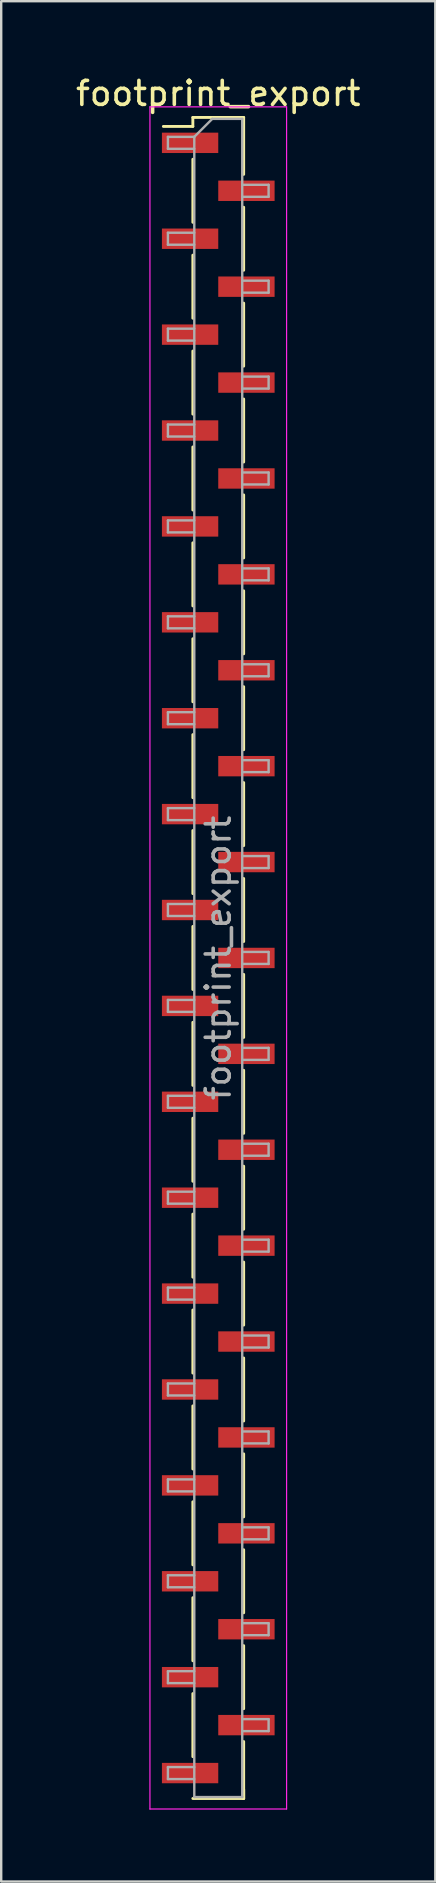
<source format=kicad_pcb>
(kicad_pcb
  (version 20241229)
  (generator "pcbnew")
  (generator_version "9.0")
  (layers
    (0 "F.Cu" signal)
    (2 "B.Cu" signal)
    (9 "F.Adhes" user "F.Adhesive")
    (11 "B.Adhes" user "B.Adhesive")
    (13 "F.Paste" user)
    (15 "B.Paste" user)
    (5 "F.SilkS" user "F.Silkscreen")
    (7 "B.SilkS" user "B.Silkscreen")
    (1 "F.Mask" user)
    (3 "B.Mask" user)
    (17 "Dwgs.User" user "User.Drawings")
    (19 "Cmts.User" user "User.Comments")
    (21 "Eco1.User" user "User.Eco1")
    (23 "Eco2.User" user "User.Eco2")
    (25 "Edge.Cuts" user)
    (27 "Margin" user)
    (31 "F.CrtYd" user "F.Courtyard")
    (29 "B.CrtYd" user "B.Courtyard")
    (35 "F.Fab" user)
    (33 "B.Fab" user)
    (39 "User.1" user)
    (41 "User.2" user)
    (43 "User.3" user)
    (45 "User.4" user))
  (footprint "footprint_export"
    (layer "F.Cu")
    (at 6.054 36.908)
    (property "Reference" "footprint_export" (at 0 -36.06 0) (layer "F.SilkS") (effects (font (size 1 1) (thickness 0.15))))
    (attr smd)
    (fp_line (start -1.06 -35.06) (end -1.06 -34.685) (stroke (width 0.12) (type solid)) (layer "F.SilkS"))
    (fp_line (start -1.06 -35.06) (end 1.06 -35.06) (stroke (width 0.12) (type solid)) (layer "F.SilkS"))
    (fp_line (start -1.06 -34.685) (end -2.29 -34.685) (stroke (width 0.12) (type solid)) (layer "F.SilkS"))
    (fp_line (start -1.06 -33.315) (end -1.06 -30.685) (stroke (width 0.12) (type solid)) (layer "F.SilkS"))
    (fp_line (start -1.06 -29.315) (end -1.06 -26.685) (stroke (width 0.12) (type solid)) (layer "F.SilkS"))
    (fp_line (start -1.06 -25.315) (end -1.06 -22.685) (stroke (width 0.12) (type solid)) (layer "F.SilkS"))
    (fp_line (start -1.06 -21.315) (end -1.06 -18.685) (stroke (width 0.12) (type solid)) (layer "F.SilkS"))
    (fp_line (start -1.06 -17.315) (end -1.06 -14.685) (stroke (width 0.12) (type solid)) (layer "F.SilkS"))
    (fp_line (start -1.06 -13.315) (end -1.06 -10.685) (stroke (width 0.12) (type solid)) (layer "F.SilkS"))
    (fp_line (start -1.06 -9.315) (end -1.06 -6.685) (stroke (width 0.12) (type solid)) (layer "F.SilkS"))
    (fp_line (start -1.06 -5.315) (end -1.06 -2.685) (stroke (width 0.12) (type solid)) (layer "F.SilkS"))
    (fp_line (start -1.06 -1.315) (end -1.06 1.315) (stroke (width 0.12) (type solid)) (layer "F.SilkS"))
    (fp_line (start -1.06 2.685) (end -1.06 5.315) (stroke (width 0.12) (type solid)) (layer "F.SilkS"))
    (fp_line (start -1.06 6.685) (end -1.06 9.315) (stroke (width 0.12) (type solid)) (layer "F.SilkS"))
    (fp_line (start -1.06 10.685) (end -1.06 13.315) (stroke (width 0.12) (type solid)) (layer "F.SilkS"))
    (fp_line (start -1.06 14.685) (end -1.06 17.315) (stroke (width 0.12) (type solid)) (layer "F.SilkS"))
    (fp_line (start -1.06 18.685) (end -1.06 21.315) (stroke (width 0.12) (type solid)) (layer "F.SilkS"))
    (fp_line (start -1.06 22.685) (end -1.06 25.315) (stroke (width 0.12) (type solid)) (layer "F.SilkS"))
    (fp_line (start -1.06 26.685) (end -1.06 29.315) (stroke (width 0.12) (type solid)) (layer "F.SilkS"))
    (fp_line (start -1.06 30.685) (end -1.06 33.315) (stroke (width 0.12) (type solid)) (layer "F.SilkS"))
    (fp_line (start -1.06 35.06) (end 1.06 35.06) (stroke (width 0.12) (type solid)) (layer "F.SilkS"))
    (fp_line (start 1.06 -35.06) (end 1.06 -32.685) (stroke (width 0.12) (type solid)) (layer "F.SilkS"))
    (fp_line (start 1.06 -31.315) (end 1.06 -28.685) (stroke (width 0.12) (type solid)) (layer "F.SilkS"))
    (fp_line (start 1.06 -27.315) (end 1.06 -24.685) (stroke (width 0.12) (type solid)) (layer "F.SilkS"))
    (fp_line (start 1.06 -23.315) (end 1.06 -20.685) (stroke (width 0.12) (type solid)) (layer "F.SilkS"))
    (fp_line (start 1.06 -19.315) (end 1.06 -16.685) (stroke (width 0.12) (type solid)) (layer "F.SilkS"))
    (fp_line (start 1.06 -15.315) (end 1.06 -12.685) (stroke (width 0.12) (type solid)) (layer "F.SilkS"))
    (fp_line (start 1.06 -11.315) (end 1.06 -8.685) (stroke (width 0.12) (type solid)) (layer "F.SilkS"))
    (fp_line (start 1.06 -7.315) (end 1.06 -4.685) (stroke (width 0.12) (type solid)) (layer "F.SilkS"))
    (fp_line (start 1.06 -3.315) (end 1.06 -0.685) (stroke (width 0.12) (type solid)) (layer "F.SilkS"))
    (fp_line (start 1.06 0.685) (end 1.06 3.315) (stroke (width 0.12) (type solid)) (layer "F.SilkS"))
    (fp_line (start 1.06 4.685) (end 1.06 7.315) (stroke (width 0.12) (type solid)) (layer "F.SilkS"))
    (fp_line (start 1.06 8.685) (end 1.06 11.315) (stroke (width 0.12) (type solid)) (layer "F.SilkS"))
    (fp_line (start 1.06 12.685) (end 1.06 15.315) (stroke (width 0.12) (type solid)) (layer "F.SilkS"))
    (fp_line (start 1.06 16.685) (end 1.06 19.315) (stroke (width 0.12) (type solid)) (layer "F.SilkS"))
    (fp_line (start 1.06 20.685) (end 1.06 23.315) (stroke (width 0.12) (type solid)) (layer "F.SilkS"))
    (fp_line (start 1.06 24.685) (end 1.06 27.315) (stroke (width 0.12) (type solid)) (layer "F.SilkS"))
    (fp_line (start 1.06 28.685) (end 1.06 31.315) (stroke (width 0.12) (type solid)) (layer "F.SilkS"))
    (fp_line (start 1.06 32.685) (end 1.06 35.06) (stroke (width 0.12) (type solid)) (layer "F.SilkS"))
    (fp_line (start 1.06 34.685) (end 1.06 35.06) (stroke (width 0.12) (type solid)) (layer "F.SilkS"))
    (fp_line (start -2.85 -35.5) (end -2.85 35.5) (stroke (width 0.05) (type solid)) (layer "F.CrtYd"))
    (fp_line (start -2.85 35.5) (end 2.85 35.5) (stroke (width 0.05) (type solid)) (layer "F.CrtYd"))
    (fp_line (start 2.85 -35.5) (end -2.85 -35.5) (stroke (width 0.05) (type solid)) (layer "F.CrtYd"))
    (fp_line (start 2.85 35.5) (end 2.85 -35.5) (stroke (width 0.05) (type solid)) (layer "F.CrtYd"))
    (fp_line (start -2.1 -34.25) (end -2.1 -33.75) (stroke (width 0.1) (type solid)) (layer "F.Fab"))
    (fp_line (start -2.1 -33.75) (end -1 -33.75) (stroke (width 0.1) (type solid)) (layer "F.Fab"))
    (fp_line (start -2.1 -30.25) (end -2.1 -29.75) (stroke (width 0.1) (type solid)) (layer "F.Fab"))
    (fp_line (start -2.1 -29.75) (end -1 -29.75) (stroke (width 0.1) (type solid)) (layer "F.Fab"))
    (fp_line (start -2.1 -26.25) (end -2.1 -25.75) (stroke (width 0.1) (type solid)) (layer "F.Fab"))
    (fp_line (start -2.1 -25.75) (end -1 -25.75) (stroke (width 0.1) (type solid)) (layer "F.Fab"))
    (fp_line (start -2.1 -22.25) (end -2.1 -21.75) (stroke (width 0.1) (type solid)) (layer "F.Fab"))
    (fp_line (start -2.1 -21.75) (end -1 -21.75) (stroke (width 0.1) (type solid)) (layer "F.Fab"))
    (fp_line (start -2.1 -18.25) (end -2.1 -17.75) (stroke (width 0.1) (type solid)) (layer "F.Fab"))
    (fp_line (start -2.1 -17.75) (end -1 -17.75) (stroke (width 0.1) (type solid)) (layer "F.Fab"))
    (fp_line (start -2.1 -14.25) (end -2.1 -13.75) (stroke (width 0.1) (type solid)) (layer "F.Fab"))
    (fp_line (start -2.1 -13.75) (end -1 -13.75) (stroke (width 0.1) (type solid)) (layer "F.Fab"))
    (fp_line (start -2.1 -10.25) (end -2.1 -9.75) (stroke (width 0.1) (type solid)) (layer "F.Fab"))
    (fp_line (start -2.1 -9.75) (end -1 -9.75) (stroke (width 0.1) (type solid)) (layer "F.Fab"))
    (fp_line (start -2.1 -6.25) (end -2.1 -5.75) (stroke (width 0.1) (type solid)) (layer "F.Fab"))
    (fp_line (start -2.1 -5.75) (end -1 -5.75) (stroke (width 0.1) (type solid)) (layer "F.Fab"))
    (fp_line (start -2.1 -2.25) (end -2.1 -1.75) (stroke (width 0.1) (type solid)) (layer "F.Fab"))
    (fp_line (start -2.1 -1.75) (end -1 -1.75) (stroke (width 0.1) (type solid)) (layer "F.Fab"))
    (fp_line (start -2.1 1.75) (end -2.1 2.25) (stroke (width 0.1) (type solid)) (layer "F.Fab"))
    (fp_line (start -2.1 2.25) (end -1 2.25) (stroke (width 0.1) (type solid)) (layer "F.Fab"))
    (fp_line (start -2.1 5.75) (end -2.1 6.25) (stroke (width 0.1) (type solid)) (layer "F.Fab"))
    (fp_line (start -2.1 6.25) (end -1 6.25) (stroke (width 0.1) (type solid)) (layer "F.Fab"))
    (fp_line (start -2.1 9.75) (end -2.1 10.25) (stroke (width 0.1) (type solid)) (layer "F.Fab"))
    (fp_line (start -2.1 10.25) (end -1 10.25) (stroke (width 0.1) (type solid)) (layer "F.Fab"))
    (fp_line (start -2.1 13.75) (end -2.1 14.25) (stroke (width 0.1) (type solid)) (layer "F.Fab"))
    (fp_line (start -2.1 14.25) (end -1 14.25) (stroke (width 0.1) (type solid)) (layer "F.Fab"))
    (fp_line (start -2.1 17.75) (end -2.1 18.25) (stroke (width 0.1) (type solid)) (layer "F.Fab"))
    (fp_line (start -2.1 18.25) (end -1 18.25) (stroke (width 0.1) (type solid)) (layer "F.Fab"))
    (fp_line (start -2.1 21.75) (end -2.1 22.25) (stroke (width 0.1) (type solid)) (layer "F.Fab"))
    (fp_line (start -2.1 22.25) (end -1 22.25) (stroke (width 0.1) (type solid)) (layer "F.Fab"))
    (fp_line (start -2.1 25.75) (end -2.1 26.25) (stroke (width 0.1) (type solid)) (layer "F.Fab"))
    (fp_line (start -2.1 26.25) (end -1 26.25) (stroke (width 0.1) (type solid)) (layer "F.Fab"))
    (fp_line (start -2.1 29.75) (end -2.1 30.25) (stroke (width 0.1) (type solid)) (layer "F.Fab"))
    (fp_line (start -2.1 30.25) (end -1 30.25) (stroke (width 0.1) (type solid)) (layer "F.Fab"))
    (fp_line (start -2.1 33.75) (end -2.1 34.25) (stroke (width 0.1) (type solid)) (layer "F.Fab"))
    (fp_line (start -2.1 34.25) (end -1 34.25) (stroke (width 0.1) (type solid)) (layer "F.Fab"))
    (fp_line (start -1 -34.25) (end -2.1 -34.25) (stroke (width 0.1) (type solid)) (layer "F.Fab"))
    (fp_line (start -1 -34.25) (end -0.25 -35) (stroke (width 0.1) (type solid)) (layer "F.Fab"))
    (fp_line (start -1 -30.25) (end -2.1 -30.25) (stroke (width 0.1) (type solid)) (layer "F.Fab"))
    (fp_line (start -1 -26.25) (end -2.1 -26.25) (stroke (width 0.1) (type solid)) (layer "F.Fab"))
    (fp_line (start -1 -22.25) (end -2.1 -22.25) (stroke (width 0.1) (type solid)) (layer "F.Fab"))
    (fp_line (start -1 -18.25) (end -2.1 -18.25) (stroke (width 0.1) (type solid)) (layer "F.Fab"))
    (fp_line (start -1 -14.25) (end -2.1 -14.25) (stroke (width 0.1) (type solid)) (layer "F.Fab"))
    (fp_line (start -1 -10.25) (end -2.1 -10.25) (stroke (width 0.1) (type solid)) (layer "F.Fab"))
    (fp_line (start -1 -6.25) (end -2.1 -6.25) (stroke (width 0.1) (type solid)) (layer "F.Fab"))
    (fp_line (start -1 -2.25) (end -2.1 -2.25) (stroke (width 0.1) (type solid)) (layer "F.Fab"))
    (fp_line (start -1 1.75) (end -2.1 1.75) (stroke (width 0.1) (type solid)) (layer "F.Fab"))
    (fp_line (start -1 5.75) (end -2.1 5.75) (stroke (width 0.1) (type solid)) (layer "F.Fab"))
    (fp_line (start -1 9.75) (end -2.1 9.75) (stroke (width 0.1) (type solid)) (layer "F.Fab"))
    (fp_line (start -1 13.75) (end -2.1 13.75) (stroke (width 0.1) (type solid)) (layer "F.Fab"))
    (fp_line (start -1 17.75) (end -2.1 17.75) (stroke (width 0.1) (type solid)) (layer "F.Fab"))
    (fp_line (start -1 21.75) (end -2.1 21.75) (stroke (width 0.1) (type solid)) (layer "F.Fab"))
    (fp_line (start -1 25.75) (end -2.1 25.75) (stroke (width 0.1) (type solid)) (layer "F.Fab"))
    (fp_line (start -1 29.75) (end -2.1 29.75) (stroke (width 0.1) (type solid)) (layer "F.Fab"))
    (fp_line (start -1 33.75) (end -2.1 33.75) (stroke (width 0.1) (type solid)) (layer "F.Fab"))
    (fp_line (start -1 35) (end -1 -34.25) (stroke (width 0.1) (type solid)) (layer "F.Fab"))
    (fp_line (start -0.25 -35) (end 1 -35) (stroke (width 0.1) (type solid)) (layer "F.Fab"))
    (fp_line (start 1 -35) (end 1 35) (stroke (width 0.1) (type solid)) (layer "F.Fab"))
    (fp_line (start 1 -32.25) (end 2.1 -32.25) (stroke (width 0.1) (type solid)) (layer "F.Fab"))
    (fp_line (start 1 -28.25) (end 2.1 -28.25) (stroke (width 0.1) (type solid)) (layer "F.Fab"))
    (fp_line (start 1 -24.25) (end 2.1 -24.25) (stroke (width 0.1) (type solid)) (layer "F.Fab"))
    (fp_line (start 1 -20.25) (end 2.1 -20.25) (stroke (width 0.1) (type solid)) (layer "F.Fab"))
    (fp_line (start 1 -16.25) (end 2.1 -16.25) (stroke (width 0.1) (type solid)) (layer "F.Fab"))
    (fp_line (start 1 -12.25) (end 2.1 -12.25) (stroke (width 0.1) (type solid)) (layer "F.Fab"))
    (fp_line (start 1 -8.25) (end 2.1 -8.25) (stroke (width 0.1) (type solid)) (layer "F.Fab"))
    (fp_line (start 1 -4.25) (end 2.1 -4.25) (stroke (width 0.1) (type solid)) (layer "F.Fab"))
    (fp_line (start 1 -0.25) (end 2.1 -0.25) (stroke (width 0.1) (type solid)) (layer "F.Fab"))
    (fp_line (start 1 3.75) (end 2.1 3.75) (stroke (width 0.1) (type solid)) (layer "F.Fab"))
    (fp_line (start 1 7.75) (end 2.1 7.75) (stroke (width 0.1) (type solid)) (layer "F.Fab"))
    (fp_line (start 1 11.75) (end 2.1 11.75) (stroke (width 0.1) (type solid)) (layer "F.Fab"))
    (fp_line (start 1 15.75) (end 2.1 15.75) (stroke (width 0.1) (type solid)) (layer "F.Fab"))
    (fp_line (start 1 19.75) (end 2.1 19.75) (stroke (width 0.1) (type solid)) (layer "F.Fab"))
    (fp_line (start 1 23.75) (end 2.1 23.75) (stroke (width 0.1) (type solid)) (layer "F.Fab"))
    (fp_line (start 1 27.75) (end 2.1 27.75) (stroke (width 0.1) (type solid)) (layer "F.Fab"))
    (fp_line (start 1 31.75) (end 2.1 31.75) (stroke (width 0.1) (type solid)) (layer "F.Fab"))
    (fp_line (start 1 35) (end -1 35) (stroke (width 0.1) (type solid)) (layer "F.Fab"))
    (fp_line (start 2.1 -32.25) (end 2.1 -31.75) (stroke (width 0.1) (type solid)) (layer "F.Fab"))
    (fp_line (start 2.1 -31.75) (end 1 -31.75) (stroke (width 0.1) (type solid)) (layer "F.Fab"))
    (fp_line (start 2.1 -28.25) (end 2.1 -27.75) (stroke (width 0.1) (type solid)) (layer "F.Fab"))
    (fp_line (start 2.1 -27.75) (end 1 -27.75) (stroke (width 0.1) (type solid)) (layer "F.Fab"))
    (fp_line (start 2.1 -24.25) (end 2.1 -23.75) (stroke (width 0.1) (type solid)) (layer "F.Fab"))
    (fp_line (start 2.1 -23.75) (end 1 -23.75) (stroke (width 0.1) (type solid)) (layer "F.Fab"))
    (fp_line (start 2.1 -20.25) (end 2.1 -19.75) (stroke (width 0.1) (type solid)) (layer "F.Fab"))
    (fp_line (start 2.1 -19.75) (end 1 -19.75) (stroke (width 0.1) (type solid)) (layer "F.Fab"))
    (fp_line (start 2.1 -16.25) (end 2.1 -15.75) (stroke (width 0.1) (type solid)) (layer "F.Fab"))
    (fp_line (start 2.1 -15.75) (end 1 -15.75) (stroke (width 0.1) (type solid)) (layer "F.Fab"))
    (fp_line (start 2.1 -12.25) (end 2.1 -11.75) (stroke (width 0.1) (type solid)) (layer "F.Fab"))
    (fp_line (start 2.1 -11.75) (end 1 -11.75) (stroke (width 0.1) (type solid)) (layer "F.Fab"))
    (fp_line (start 2.1 -8.25) (end 2.1 -7.75) (stroke (width 0.1) (type solid)) (layer "F.Fab"))
    (fp_line (start 2.1 -7.75) (end 1 -7.75) (stroke (width 0.1) (type solid)) (layer "F.Fab"))
    (fp_line (start 2.1 -4.25) (end 2.1 -3.75) (stroke (width 0.1) (type solid)) (layer "F.Fab"))
    (fp_line (start 2.1 -3.75) (end 1 -3.75) (stroke (width 0.1) (type solid)) (layer "F.Fab"))
    (fp_line (start 2.1 -0.25) (end 2.1 0.25) (stroke (width 0.1) (type solid)) (layer "F.Fab"))
    (fp_line (start 2.1 0.25) (end 1 0.25) (stroke (width 0.1) (type solid)) (layer "F.Fab"))
    (fp_line (start 2.1 3.75) (end 2.1 4.25) (stroke (width 0.1) (type solid)) (layer "F.Fab"))
    (fp_line (start 2.1 4.25) (end 1 4.25) (stroke (width 0.1) (type solid)) (layer "F.Fab"))
    (fp_line (start 2.1 7.75) (end 2.1 8.25) (stroke (width 0.1) (type solid)) (layer "F.Fab"))
    (fp_line (start 2.1 8.25) (end 1 8.25) (stroke (width 0.1) (type solid)) (layer "F.Fab"))
    (fp_line (start 2.1 11.75) (end 2.1 12.25) (stroke (width 0.1) (type solid)) (layer "F.Fab"))
    (fp_line (start 2.1 12.25) (end 1 12.25) (stroke (width 0.1) (type solid)) (layer "F.Fab"))
    (fp_line (start 2.1 15.75) (end 2.1 16.25) (stroke (width 0.1) (type solid)) (layer "F.Fab"))
    (fp_line (start 2.1 16.25) (end 1 16.25) (stroke (width 0.1) (type solid)) (layer "F.Fab"))
    (fp_line (start 2.1 19.75) (end 2.1 20.25) (stroke (width 0.1) (type solid)) (layer "F.Fab"))
    (fp_line (start 2.1 20.25) (end 1 20.25) (stroke (width 0.1) (type solid)) (layer "F.Fab"))
    (fp_line (start 2.1 23.75) (end 2.1 24.25) (stroke (width 0.1) (type solid)) (layer "F.Fab"))
    (fp_line (start 2.1 24.25) (end 1 24.25) (stroke (width 0.1) (type solid)) (layer "F.Fab"))
    (fp_line (start 2.1 27.75) (end 2.1 28.25) (stroke (width 0.1) (type solid)) (layer "F.Fab"))
    (fp_line (start 2.1 28.25) (end 1 28.25) (stroke (width 0.1) (type solid)) (layer "F.Fab"))
    (fp_line (start 2.1 31.75) (end 2.1 32.25) (stroke (width 0.1) (type solid)) (layer "F.Fab"))
    (fp_line (start 2.1 32.25) (end 1 32.25) (stroke (width 0.1) (type solid)) (layer "F.Fab"))
    (fp_text user "${REFERENCE}" (at 0 0 90) (layer "F.Fab") (effects (font (size 1 1) (thickness 0.15))))
    (pad "1" smd rect (at -1.175 -34) (size 2.35 0.85) (layers "F.Cu" "F.Mask" "F.Paste"))
    (pad "2" smd rect (at 1.175 -32) (size 2.35 0.85) (layers "F.Cu" "F.Mask" "F.Paste"))
    (pad "3" smd rect (at -1.175 -30) (size 2.35 0.85) (layers "F.Cu" "F.Mask" "F.Paste"))
    (pad "4" smd rect (at 1.175 -28) (size 2.35 0.85) (layers "F.Cu" "F.Mask" "F.Paste"))
    (pad "5" smd rect (at -1.175 -26) (size 2.35 0.85) (layers "F.Cu" "F.Mask" "F.Paste"))
    (pad "6" smd rect (at 1.175 -24) (size 2.35 0.85) (layers "F.Cu" "F.Mask" "F.Paste"))
    (pad "7" smd rect (at -1.175 -22) (size 2.35 0.85) (layers "F.Cu" "F.Mask" "F.Paste"))
    (pad "8" smd rect (at 1.175 -20) (size 2.35 0.85) (layers "F.Cu" "F.Mask" "F.Paste"))
    (pad "9" smd rect (at -1.175 -18) (size 2.35 0.85) (layers "F.Cu" "F.Mask" "F.Paste"))
    (pad "10" smd rect (at 1.175 -16) (size 2.35 0.85) (layers "F.Cu" "F.Mask" "F.Paste"))
    (pad "11" smd rect (at -1.175 -14) (size 2.35 0.85) (layers "F.Cu" "F.Mask" "F.Paste"))
    (pad "12" smd rect (at 1.175 -12) (size 2.35 0.85) (layers "F.Cu" "F.Mask" "F.Paste"))
    (pad "13" smd rect (at -1.175 -10) (size 2.35 0.85) (layers "F.Cu" "F.Mask" "F.Paste"))
    (pad "14" smd rect (at 1.175 -8) (size 2.35 0.85) (layers "F.Cu" "F.Mask" "F.Paste"))
    (pad "15" smd rect (at -1.175 -6) (size 2.35 0.85) (layers "F.Cu" "F.Mask" "F.Paste"))
    (pad "16" smd rect (at 1.175 -4) (size 2.35 0.85) (layers "F.Cu" "F.Mask" "F.Paste"))
    (pad "17" smd rect (at -1.175 -2) (size 2.35 0.85) (layers "F.Cu" "F.Mask" "F.Paste"))
    (pad "18" smd rect (at 1.175 0) (size 2.35 0.85) (layers "F.Cu" "F.Mask" "F.Paste"))
    (pad "19" smd rect (at -1.175 2) (size 2.35 0.85) (layers "F.Cu" "F.Mask" "F.Paste"))
    (pad "20" smd rect (at 1.175 4) (size 2.35 0.85) (layers "F.Cu" "F.Mask" "F.Paste"))
    (pad "21" smd rect (at -1.175 6) (size 2.35 0.85) (layers "F.Cu" "F.Mask" "F.Paste"))
    (pad "22" smd rect (at 1.175 8) (size 2.35 0.85) (layers "F.Cu" "F.Mask" "F.Paste"))
    (pad "23" smd rect (at -1.175 10) (size 2.35 0.85) (layers "F.Cu" "F.Mask" "F.Paste"))
    (pad "24" smd rect (at 1.175 12) (size 2.35 0.85) (layers "F.Cu" "F.Mask" "F.Paste"))
    (pad "25" smd rect (at -1.175 14) (size 2.35 0.85) (layers "F.Cu" "F.Mask" "F.Paste"))
    (pad "26" smd rect (at 1.175 16) (size 2.35 0.85) (layers "F.Cu" "F.Mask" "F.Paste"))
    (pad "27" smd rect (at -1.175 18) (size 2.35 0.85) (layers "F.Cu" "F.Mask" "F.Paste"))
    (pad "28" smd rect (at 1.175 20) (size 2.35 0.85) (layers "F.Cu" "F.Mask" "F.Paste"))
    (pad "29" smd rect (at -1.175 22) (size 2.35 0.85) (layers "F.Cu" "F.Mask" "F.Paste"))
    (pad "30" smd rect (at 1.175 24) (size 2.35 0.85) (layers "F.Cu" "F.Mask" "F.Paste"))
    (pad "31" smd rect (at -1.175 26) (size 2.35 0.85) (layers "F.Cu" "F.Mask" "F.Paste"))
    (pad "32" smd rect (at 1.175 28) (size 2.35 0.85) (layers "F.Cu" "F.Mask" "F.Paste"))
    (pad "33" smd rect (at -1.175 30) (size 2.35 0.85) (layers "F.Cu" "F.Mask" "F.Paste"))
    (pad "34" smd rect (at 1.175 32) (size 2.35 0.85) (layers "F.Cu" "F.Mask" "F.Paste"))
    (pad "35" smd rect (at -1.175 34) (size 2.35 0.85) (layers "F.Cu" "F.Mask" "F.Paste")))
  (gr_rect
    (start -3 -3)
    (end 15.107 75.433)
    (stroke (width 0.1) (type default))
    (fill no)
    (layer "Edge.Cuts")))
</source>
